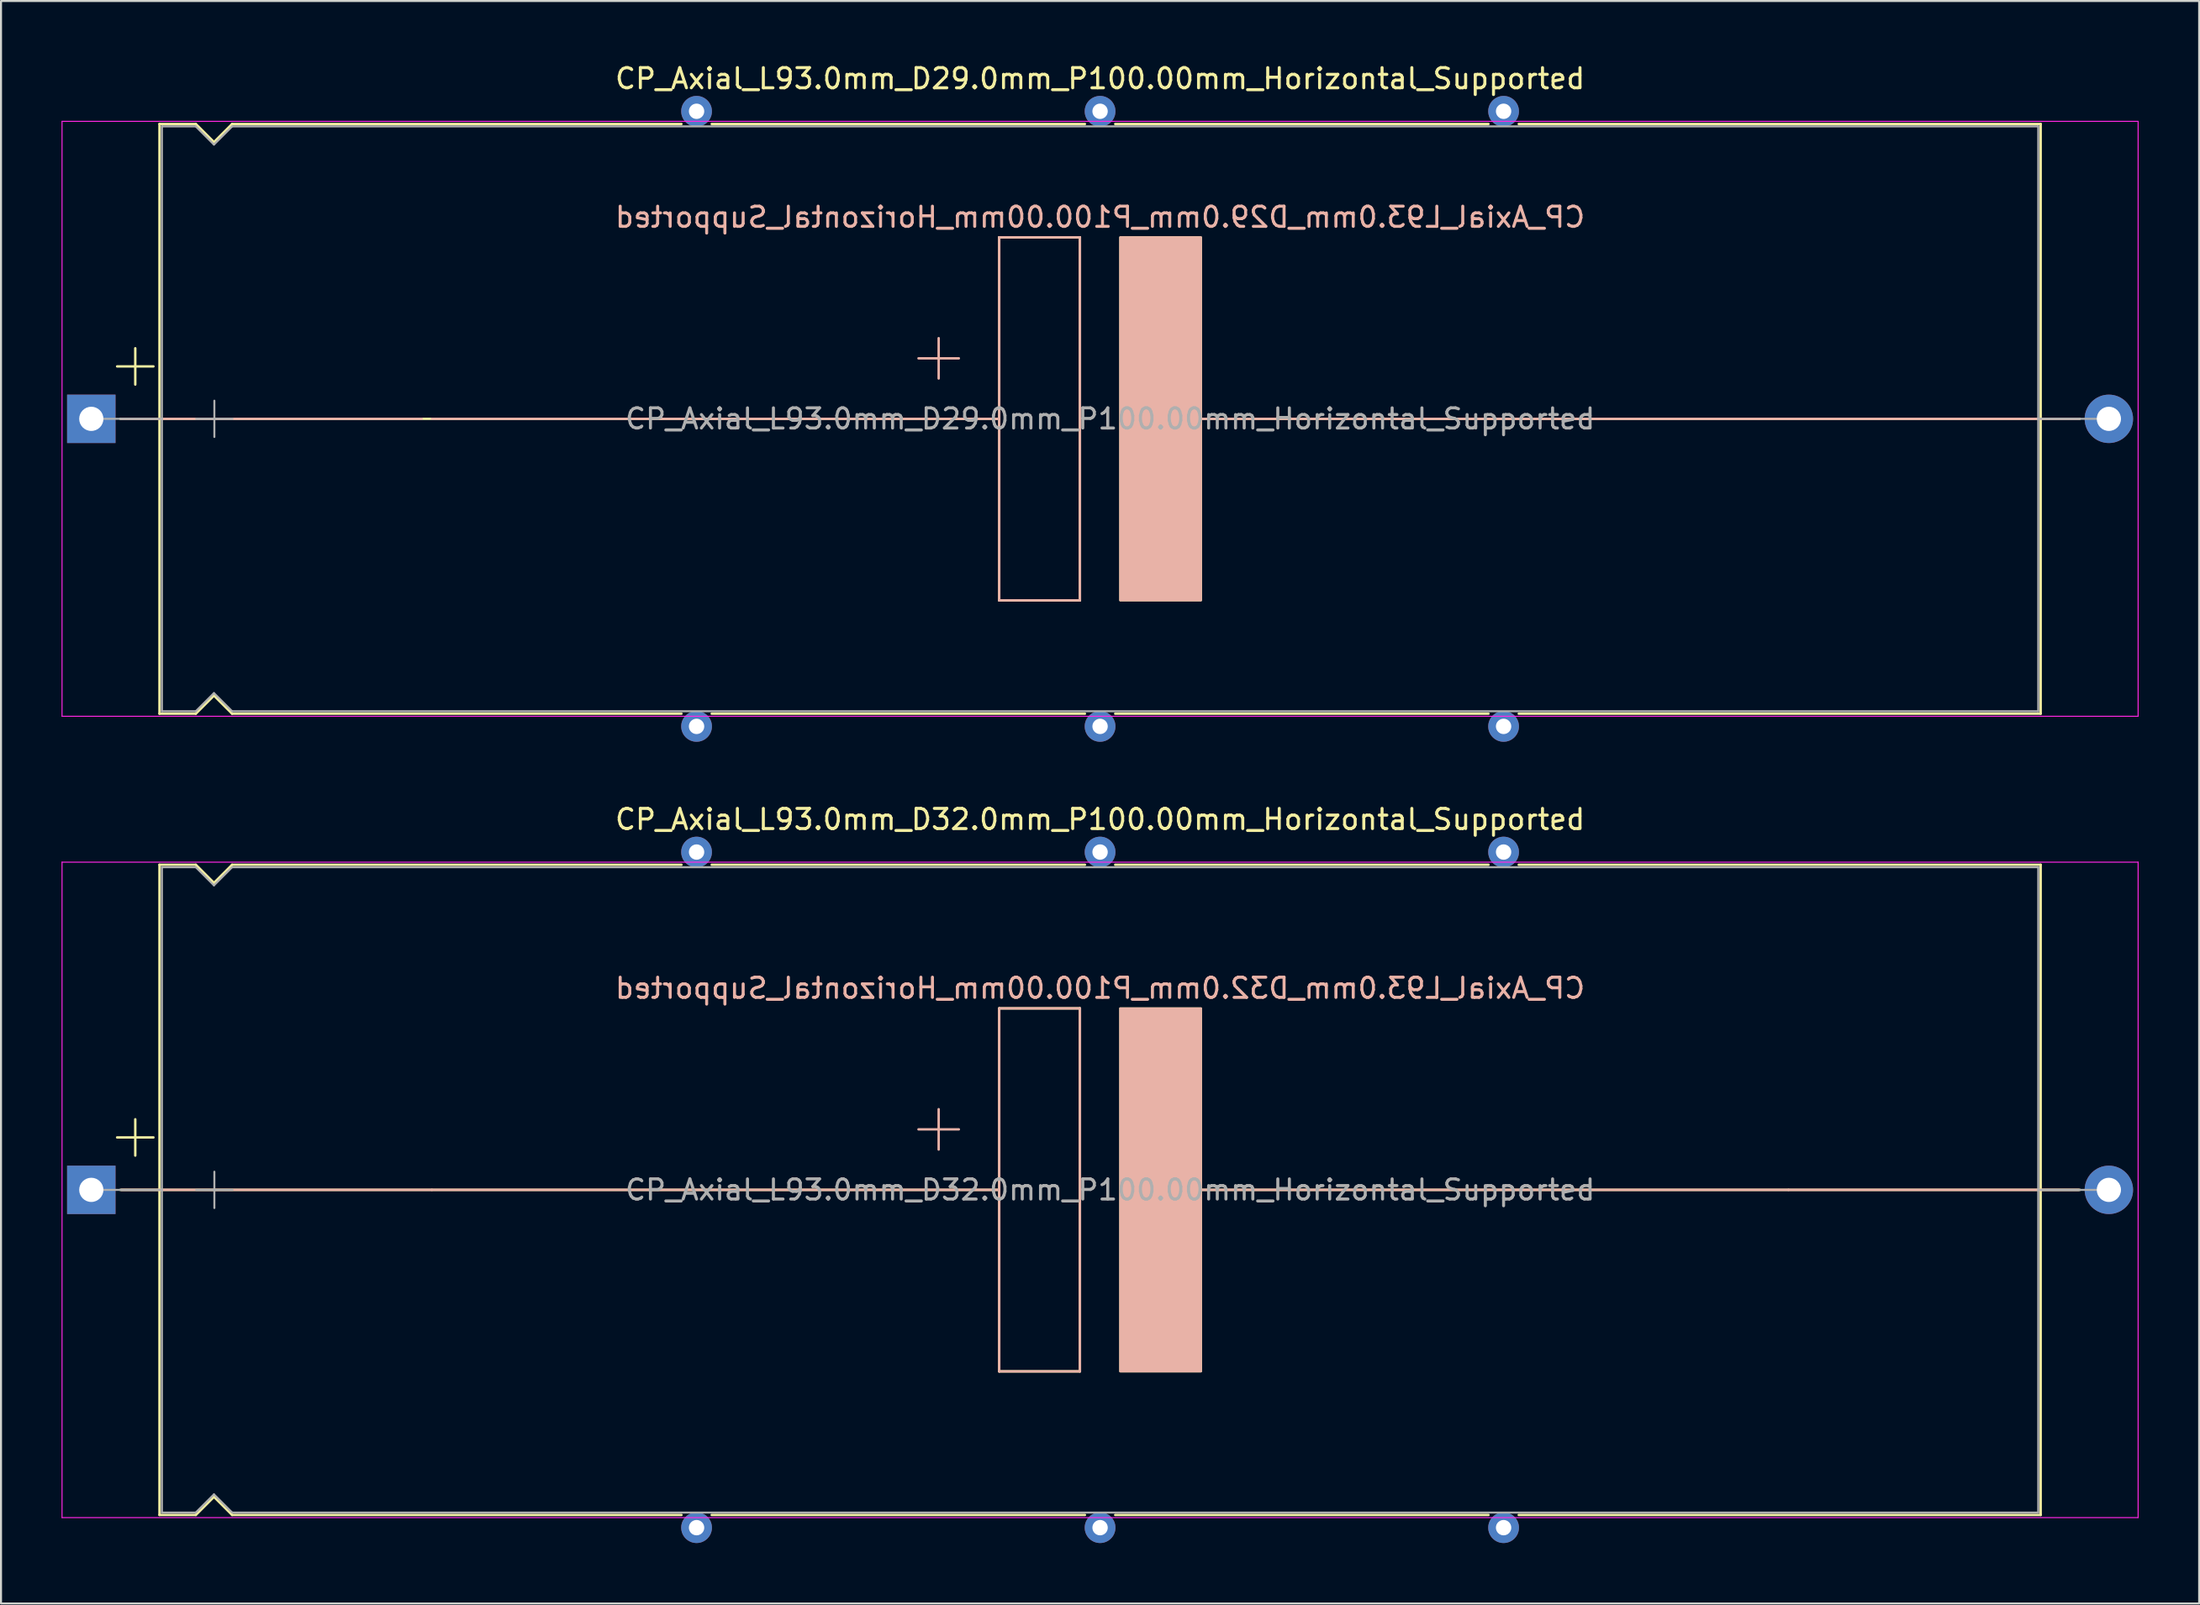
<source format=kicad_pcb>
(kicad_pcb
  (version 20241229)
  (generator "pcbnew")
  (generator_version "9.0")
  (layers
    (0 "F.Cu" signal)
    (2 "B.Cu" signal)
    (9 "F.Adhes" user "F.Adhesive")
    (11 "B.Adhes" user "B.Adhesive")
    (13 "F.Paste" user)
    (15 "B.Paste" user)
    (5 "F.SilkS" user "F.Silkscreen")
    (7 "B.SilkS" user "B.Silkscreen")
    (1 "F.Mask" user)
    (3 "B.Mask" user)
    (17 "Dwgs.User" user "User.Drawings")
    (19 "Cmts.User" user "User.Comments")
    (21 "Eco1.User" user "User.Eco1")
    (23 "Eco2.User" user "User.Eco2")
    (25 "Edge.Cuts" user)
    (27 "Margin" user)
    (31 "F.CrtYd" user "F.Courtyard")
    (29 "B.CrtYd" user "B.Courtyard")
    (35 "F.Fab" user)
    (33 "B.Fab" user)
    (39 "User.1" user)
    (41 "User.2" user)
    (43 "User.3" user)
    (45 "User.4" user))
  (footprint "CP_Axial_L93.0mm_D32.0mm_P100.00mm_Horizontal_Supported"
    (layer "F.Cu")
    (at 1.475 55.949)
    (property "Reference" "CP_Axial_L93.0mm_D32.0mm_P100.00mm_Horizontal_Supported" (at 50 -18.37 0) (layer "F.SilkS") (effects (font (size 1 1) (thickness 0.15))))
    (fp_line (start 1.28 -2.6) (end 3.08 -2.6) (stroke (width 0.12) (type solid)) (layer "F.SilkS"))
    (fp_line (start 1.44 0) (end 3.38 0) (stroke (width 0.12) (type solid)) (layer "F.SilkS"))
    (fp_line (start 2.18 -3.5) (end 2.18 -1.7) (stroke (width 0.12) (type solid)) (layer "F.SilkS"))
    (fp_line (start 3.38 -16.12) (end 3.38 16.12) (stroke (width 0.12) (type solid)) (layer "F.SilkS"))
    (fp_line (start 3.38 -16.12) (end 5.18 -16.12) (stroke (width 0.12) (type solid)) (layer "F.SilkS"))
    (fp_line (start 3.38 0) (end 45 0) (stroke (width 0.12) (type solid)) (layer "F.SilkS"))
    (fp_line (start 3.38 16.12) (end 5.18 16.12) (stroke (width 0.12) (type solid)) (layer "F.SilkS"))
    (fp_line (start 5.18 -16.12) (end 6.08 -15.22) (stroke (width 0.12) (type solid)) (layer "F.SilkS"))
    (fp_line (start 5.18 16.12) (end 6.08 15.22) (stroke (width 0.12) (type solid)) (layer "F.SilkS"))
    (fp_line (start 6.08 -15.22) (end 6.98 -16.12) (stroke (width 0.12) (type solid)) (layer "F.SilkS"))
    (fp_line (start 6.08 15.22) (end 6.98 16.12) (stroke (width 0.12) (type solid)) (layer "F.SilkS"))
    (fp_line (start 6.98 -16.12) (end 29.25 -16.12) (stroke (width 0.12) (type solid)) (layer "F.SilkS"))
    (fp_line (start 6.98 16.12) (end 29.25 16.12) (stroke (width 0.12) (type solid)) (layer "F.SilkS"))
    (fp_line (start 30.75 -16.12) (end 49.25 -16.12) (stroke (width 0.12) (type solid)) (layer "F.SilkS"))
    (fp_line (start 30.75 16.12) (end 49.25 16.12) (stroke (width 0.12) (type solid)) (layer "F.SilkS"))
    (fp_line (start 45 -9) (end 49 -9) (stroke (width 0.12) (type solid)) (layer "F.SilkS"))
    (fp_line (start 45 9) (end 45 -9) (stroke (width 0.12) (type solid)) (layer "F.SilkS"))
    (fp_line (start 49 -9) (end 49 9) (stroke (width 0.12) (type solid)) (layer "F.SilkS"))
    (fp_line (start 49 9) (end 45 9) (stroke (width 0.12) (type solid)) (layer "F.SilkS"))
    (fp_line (start 50.75 -16.12) (end 69.25 -16.12) (stroke (width 0.12) (type solid)) (layer "F.SilkS"))
    (fp_line (start 50.75 16.12) (end 69.25 16.12) (stroke (width 0.12) (type solid)) (layer "F.SilkS"))
    (fp_line (start 54.5 0) (end 96.62 0) (stroke (width 0.12) (type solid)) (layer "F.SilkS"))
    (fp_line (start 70.75 -16.12) (end 96.62 -16.12) (stroke (width 0.12) (type solid)) (layer "F.SilkS"))
    (fp_line (start 70.75 16.12) (end 96.62 16.12) (stroke (width 0.12) (type solid)) (layer "F.SilkS"))
    (fp_line (start 96.62 -16.12) (end 96.62 16.12) (stroke (width 0.12) (type solid)) (layer "F.SilkS"))
    (fp_line (start 98.56 0) (end 96.62 0) (stroke (width 0.12) (type solid)) (layer "F.SilkS"))
    (fp_poly (pts (xy 55 9) (xy 51 9) (xy 51 -9) (xy 55 -9)) (stroke (width 0.1) (type solid)) (fill yes) (layer "F.SilkS"))
    (fp_line (start 1.5 0) (end 16.88 0) (stroke (width 0.12) (type solid)) (layer "B.SilkS"))
    (fp_line (start 16.88 0) (end 45 0) (stroke (width 0.12) (type solid)) (layer "B.SilkS"))
    (fp_line (start 42 -2) (end 42 -4) (stroke (width 0.12) (type solid)) (layer "B.SilkS"))
    (fp_line (start 43 -3) (end 41 -3) (stroke (width 0.12) (type solid)) (layer "B.SilkS"))
    (fp_line (start 45 -9) (end 49 -9) (stroke (width 0.12) (type solid)) (layer "B.SilkS"))
    (fp_line (start 45 9) (end 45 -9) (stroke (width 0.12) (type solid)) (layer "B.SilkS"))
    (fp_line (start 49 -9) (end 49 9) (stroke (width 0.12) (type solid)) (layer "B.SilkS"))
    (fp_line (start 49 9) (end 45 9) (stroke (width 0.12) (type solid)) (layer "B.SilkS"))
    (fp_line (start 55 0) (end 84.12 0) (stroke (width 0.12) (type solid)) (layer "B.SilkS"))
    (fp_line (start 98.5 0) (end 84.12 0) (stroke (width 0.12) (type solid)) (layer "B.SilkS"))
    (fp_poly (pts (xy 55 9) (xy 51 9) (xy 51 -9) (xy 55 -9)) (stroke (width 0.1) (type solid)) (fill yes) (layer "B.SilkS"))
    (fp_line (start -1.45 -16.25) (end -1.45 16.25) (stroke (width 0.05) (type solid)) (layer "F.CrtYd"))
    (fp_line (start -1.45 16.25) (end 101.45 16.25) (stroke (width 0.05) (type solid)) (layer "F.CrtYd"))
    (fp_line (start 101.45 -16.25) (end -1.45 -16.25) (stroke (width 0.05) (type solid)) (layer "F.CrtYd"))
    (fp_line (start 101.45 16.25) (end 101.45 -16.25) (stroke (width 0.05) (type solid)) (layer "F.CrtYd"))
    (fp_line (start 0 0) (end 3.5 0) (stroke (width 0.1) (type solid)) (layer "F.Fab"))
    (fp_line (start 3.5 -16) (end 3.5 16) (stroke (width 0.1) (type solid)) (layer "F.Fab"))
    (fp_line (start 3.5 -16) (end 5.18 -16) (stroke (width 0.1) (type solid)) (layer "F.Fab"))
    (fp_line (start 3.5 16) (end 5.18 16) (stroke (width 0.1) (type solid)) (layer "F.Fab"))
    (fp_line (start 5.18 -16) (end 6.08 -15.1) (stroke (width 0.1) (type solid)) (layer "F.Fab"))
    (fp_line (start 5.18 16) (end 6.08 15.1) (stroke (width 0.1) (type solid)) (layer "F.Fab"))
    (fp_line (start 5.2 0) (end 7 0) (stroke (width 0.1) (type solid)) (layer "F.Fab"))
    (fp_line (start 6.08 -15.1) (end 6.98 -16) (stroke (width 0.1) (type solid)) (layer "F.Fab"))
    (fp_line (start 6.08 15.1) (end 6.98 16) (stroke (width 0.1) (type solid)) (layer "F.Fab"))
    (fp_line (start 6.1 -0.9) (end 6.1 0.9) (stroke (width 0.1) (type solid)) (layer "F.Fab"))
    (fp_line (start 6.98 -16) (end 96.5 -16) (stroke (width 0.1) (type solid)) (layer "F.Fab"))
    (fp_line (start 6.98 16) (end 96.5 16) (stroke (width 0.1) (type solid)) (layer "F.Fab"))
    (fp_line (start 96.5 -16) (end 96.5 16) (stroke (width 0.1) (type solid)) (layer "F.Fab"))
    (fp_line (start 100 0) (end 96.5 0) (stroke (width 0.1) (type solid)) (layer "F.Fab"))
    (fp_text user "${REFERENCE}" (at 50 -10 0) (layer "B.SilkS") (effects (font (size 1 1) (thickness 0.15)) (justify mirror)))
    (fp_text user "${REFERENCE}" (at 50.5 0 0) (layer "F.Fab") (effects (font (size 1 1) (thickness 0.15))))
    (pad "1" thru_hole rect (at 0 0) (size 2.4 2.4) (drill 1.2) (layers "*.Cu" "*.Mask"))
    (pad "2" thru_hole oval (at 100 0) (size 2.4 2.4) (drill 1.2) (layers "*.Cu" "*.Mask"))
    (pad "~" thru_hole circle (at 30 -16.75) (size 1.524 1.524) (drill 0.762) (layers "*.Cu" "*.Mask"))
    (pad "~" thru_hole circle (at 30 16.75) (size 1.524 1.524) (drill 0.762) (layers "*.Cu" "*.Mask"))
    (pad "~" thru_hole circle (at 50 -16.75) (size 1.524 1.524) (drill 0.762) (layers "*.Cu" "*.Mask"))
    (pad "~" thru_hole circle (at 50 16.75) (size 1.524 1.524) (drill 0.762) (layers "*.Cu" "*.Mask"))
    (pad "~" thru_hole circle (at 70 -16.75) (size 1.524 1.524) (drill 0.762) (layers "*.Cu" "*.Mask"))
    (pad "~" thru_hole circle (at 70 16.75) (size 1.524 1.524) (drill 0.762) (layers "*.Cu" "*.Mask")))
  (footprint "CP_Axial_L93.0mm_D29.0mm_P100.00mm_Horizontal_Supported"
    (layer "F.Cu")
    (at 1.475 17.718)
    (property "Reference" "CP_Axial_L93.0mm_D29.0mm_P100.00mm_Horizontal_Supported" (at 50 -16.87 0) (layer "F.SilkS") (effects (font (size 1 1) (thickness 0.15))))
    (fp_line (start 1.28 -2.6) (end 3.08 -2.6) (stroke (width 0.12) (type solid)) (layer "F.SilkS"))
    (fp_line (start 1.44 0) (end 3.38 0) (stroke (width 0.12) (type solid)) (layer "F.SilkS"))
    (fp_line (start 2.18 -3.5) (end 2.18 -1.7) (stroke (width 0.12) (type solid)) (layer "F.SilkS"))
    (fp_line (start 3.38 -14.62) (end 3.38 14.62) (stroke (width 0.12) (type solid)) (layer "F.SilkS"))
    (fp_line (start 3.38 -14.62) (end 5.18 -14.62) (stroke (width 0.12) (type solid)) (layer "F.SilkS"))
    (fp_line (start 3.38 0) (end 45 0) (stroke (width 0.12) (type solid)) (layer "F.SilkS"))
    (fp_line (start 3.38 14.62) (end 5.18 14.62) (stroke (width 0.12) (type solid)) (layer "F.SilkS"))
    (fp_line (start 5.18 -14.62) (end 6.08 -13.72) (stroke (width 0.12) (type solid)) (layer "F.SilkS"))
    (fp_line (start 5.18 14.62) (end 6.08 13.72) (stroke (width 0.12) (type solid)) (layer "F.SilkS"))
    (fp_line (start 6.08 -13.72) (end 6.98 -14.62) (stroke (width 0.12) (type solid)) (layer "F.SilkS"))
    (fp_line (start 6.08 13.72) (end 6.98 14.62) (stroke (width 0.12) (type solid)) (layer "F.SilkS"))
    (fp_line (start 6.98 -14.62) (end 29.25 -14.62) (stroke (width 0.12) (type solid)) (layer "F.SilkS"))
    (fp_line (start 6.98 14.62) (end 29.25 14.62) (stroke (width 0.12) (type solid)) (layer "F.SilkS"))
    (fp_line (start 30.75 -14.62) (end 49.25 -14.62) (stroke (width 0.12) (type solid)) (layer "F.SilkS"))
    (fp_line (start 30.75 14.62) (end 49.25 14.62) (stroke (width 0.12) (type solid)) (layer "F.SilkS"))
    (fp_line (start 45 -9) (end 49 -9) (stroke (width 0.12) (type solid)) (layer "F.SilkS"))
    (fp_line (start 45 9) (end 45 -9) (stroke (width 0.12) (type solid)) (layer "F.SilkS"))
    (fp_line (start 49 -9) (end 49 9) (stroke (width 0.12) (type solid)) (layer "F.SilkS"))
    (fp_line (start 49 9) (end 45 9) (stroke (width 0.12) (type solid)) (layer "F.SilkS"))
    (fp_line (start 50.75 -14.62) (end 69.25 -14.62) (stroke (width 0.12) (type solid)) (layer "F.SilkS"))
    (fp_line (start 50.75 14.62) (end 69.25 14.62) (stroke (width 0.12) (type solid)) (layer "F.SilkS"))
    (fp_line (start 54.5 0) (end 96.62 0) (stroke (width 0.12) (type solid)) (layer "F.SilkS"))
    (fp_line (start 70.75 -14.62) (end 96.62 -14.62) (stroke (width 0.12) (type solid)) (layer "F.SilkS"))
    (fp_line (start 70.75 14.62) (end 96.62 14.62) (stroke (width 0.12) (type solid)) (layer "F.SilkS"))
    (fp_line (start 96.62 -14.62) (end 96.62 14.62) (stroke (width 0.12) (type solid)) (layer "F.SilkS"))
    (fp_line (start 98.56 0) (end 96.62 0) (stroke (width 0.12) (type solid)) (layer "F.SilkS"))
    (fp_poly (pts (xy 55 9) (xy 51 9) (xy 51 -9) (xy 55 -9)) (stroke (width 0.1) (type solid)) (fill yes) (layer "F.SilkS"))
    (fp_line (start 1.5 0) (end 16.38 0) (stroke (width 0.12) (type solid)) (layer "B.SilkS"))
    (fp_line (start 16.88 0) (end 45 0) (stroke (width 0.12) (type solid)) (layer "B.SilkS"))
    (fp_line (start 42 -2) (end 42 -4) (stroke (width 0.12) (type solid)) (layer "B.SilkS"))
    (fp_line (start 43 -3) (end 41 -3) (stroke (width 0.12) (type solid)) (layer "B.SilkS"))
    (fp_line (start 45 -9) (end 49 -9) (stroke (width 0.12) (type solid)) (layer "B.SilkS"))
    (fp_line (start 45 9) (end 45 -9) (stroke (width 0.12) (type solid)) (layer "B.SilkS"))
    (fp_line (start 49 -9) (end 49 9) (stroke (width 0.12) (type solid)) (layer "B.SilkS"))
    (fp_line (start 49 9) (end 45 9) (stroke (width 0.12) (type solid)) (layer "B.SilkS"))
    (fp_line (start 55 0) (end 84.12 0) (stroke (width 0.12) (type solid)) (layer "B.SilkS"))
    (fp_line (start 98.5 0) (end 84.12 0) (stroke (width 0.12) (type solid)) (layer "B.SilkS"))
    (fp_poly (pts (xy 55 9) (xy 51 9) (xy 51 -9) (xy 55 -9)) (stroke (width 0.1) (type solid)) (fill yes) (layer "B.SilkS"))
    (fp_line (start -1.45 -14.75) (end -1.45 14.75) (stroke (width 0.05) (type solid)) (layer "F.CrtYd"))
    (fp_line (start -1.45 14.75) (end 101.45 14.75) (stroke (width 0.05) (type solid)) (layer "F.CrtYd"))
    (fp_line (start 101.45 -14.75) (end -1.45 -14.75) (stroke (width 0.05) (type solid)) (layer "F.CrtYd"))
    (fp_line (start 101.45 14.75) (end 101.45 -14.75) (stroke (width 0.05) (type solid)) (layer "F.CrtYd"))
    (fp_line (start 0 0) (end 3.5 0) (stroke (width 0.1) (type solid)) (layer "F.Fab"))
    (fp_line (start 3.5 -14.5) (end 3.5 14.5) (stroke (width 0.1) (type solid)) (layer "F.Fab"))
    (fp_line (start 3.5 -14.5) (end 5.18 -14.5) (stroke (width 0.1) (type solid)) (layer "F.Fab"))
    (fp_line (start 3.5 14.5) (end 5.18 14.5) (stroke (width 0.1) (type solid)) (layer "F.Fab"))
    (fp_line (start 5.18 -14.5) (end 6.08 -13.6) (stroke (width 0.1) (type solid)) (layer "F.Fab"))
    (fp_line (start 5.18 14.5) (end 6.08 13.6) (stroke (width 0.1) (type solid)) (layer "F.Fab"))
    (fp_line (start 5.2 0) (end 7 0) (stroke (width 0.1) (type solid)) (layer "F.Fab"))
    (fp_line (start 6.08 -13.6) (end 6.98 -14.5) (stroke (width 0.1) (type solid)) (layer "F.Fab"))
    (fp_line (start 6.08 13.6) (end 6.98 14.5) (stroke (width 0.1) (type solid)) (layer "F.Fab"))
    (fp_line (start 6.1 -0.9) (end 6.1 0.9) (stroke (width 0.1) (type solid)) (layer "F.Fab"))
    (fp_line (start 6.98 -14.5) (end 96.5 -14.5) (stroke (width 0.1) (type solid)) (layer "F.Fab"))
    (fp_line (start 6.98 14.5) (end 96.5 14.5) (stroke (width 0.1) (type solid)) (layer "F.Fab"))
    (fp_line (start 96.5 -14.5) (end 96.5 14.5) (stroke (width 0.1) (type solid)) (layer "F.Fab"))
    (fp_line (start 100 0) (end 96.5 0) (stroke (width 0.1) (type solid)) (layer "F.Fab"))
    (fp_text user "${REFERENCE}" (at 50 -10 0) (layer "B.SilkS") (effects (font (size 1 1) (thickness 0.15)) (justify mirror)))
    (fp_text user "${REFERENCE}" (at 50.5 0 0) (layer "F.Fab") (effects (font (size 1 1) (thickness 0.15))))
    (pad "1" thru_hole rect (at 0 0) (size 2.4 2.4) (drill 1.2) (layers "*.Cu" "*.Mask"))
    (pad "2" thru_hole oval (at 100 0) (size 2.4 2.4) (drill 1.2) (layers "*.Cu" "*.Mask"))
    (pad "~" thru_hole circle (at 30 -15.25) (size 1.524 1.524) (drill 0.762) (layers "*.Cu" "*.Mask"))
    (pad "~" thru_hole circle (at 30 15.25) (size 1.524 1.524) (drill 0.762) (layers "*.Cu" "*.Mask"))
    (pad "~" thru_hole circle (at 50 -15.25) (size 1.524 1.524) (drill 0.762) (layers "*.Cu" "*.Mask"))
    (pad "~" thru_hole circle (at 50 15.25) (size 1.524 1.524) (drill 0.762) (layers "*.Cu" "*.Mask"))
    (pad "~" thru_hole circle (at 70 -15.25) (size 1.524 1.524) (drill 0.762) (layers "*.Cu" "*.Mask"))
    (pad "~" thru_hole circle (at 70 15.25) (size 1.524 1.524) (drill 0.762) (layers "*.Cu" "*.Mask")))
  (gr_rect
    (start -3 -3)
    (end 105.95 76.46)
    (stroke (width 0.1) (type default))
    (fill no)
    (layer "Edge.Cuts")))
</source>
